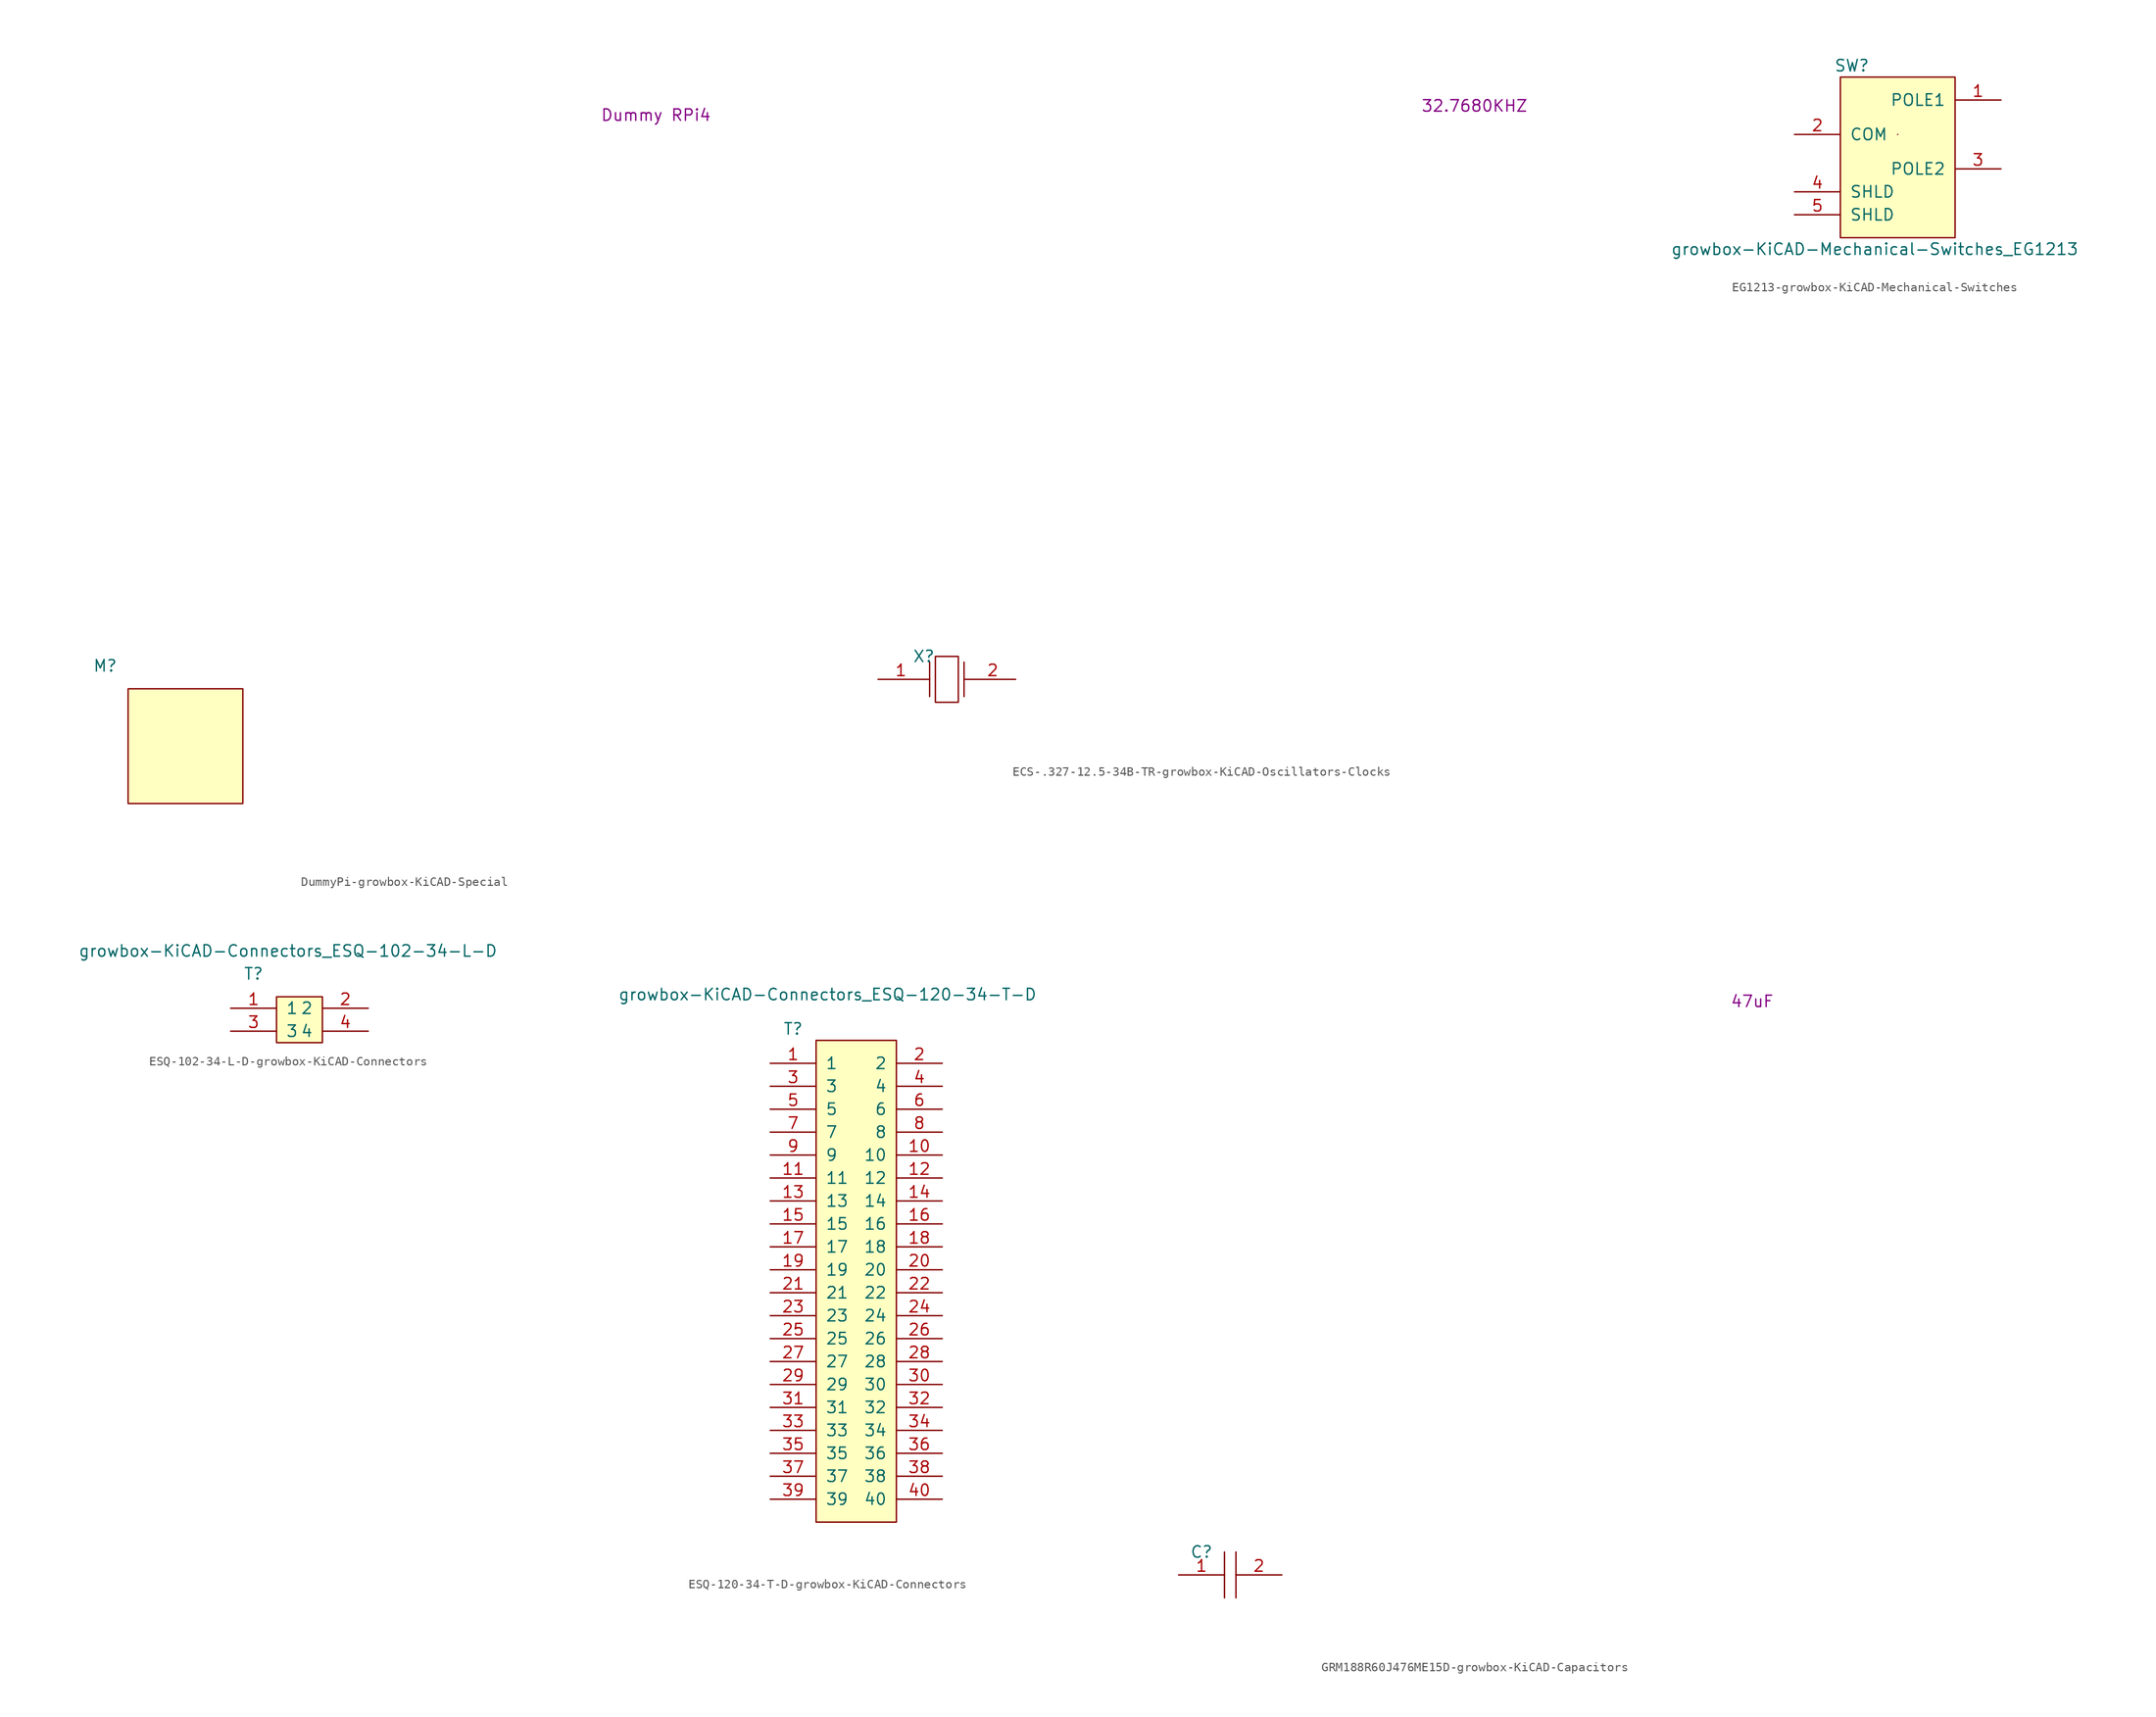
<source format=kicad_sym>
(kicad_symbol_lib
  (version 20231120)
  (generator "kicad_symbol_editor")
  (generator_version "8.0")
  (symbol "DummyPi-growbox-KiCAD-Special"
    (pin_names
      (offset 1.016))
    (property "Reference" "M"
      (at -2.54 2.54 0)
      (effects (font (size 1.27 1.27))))
    (property "_Value_" "Dummy RPi4"
      (at 58.42 63.5 0)
      (effects (font (size 1.27 1.27))))
    (symbol "DummyPi-growbox-KiCAD-Special_0_1"
      (rectangle (start 0 0) (end 12.7 -12.7) (stroke (width 0) (type solid)) (fill (type background)))))
  (symbol "ECS-.327-12.5-34B-TR-growbox-KiCAD-Oscillators-Clocks"
    (pin_names
      (offset 1.016))
    (property "Reference" "X"
      (at -2.54 2.54 0)
      (effects (font (size 1.27 1.27))))
    (property "_Value_" "32.7680KHZ"
      (at 58.42 63.5 0)
      (effects (font (size 1.27 1.27))))
    (symbol "ECS-.327-12.5-34B-TR-growbox-KiCAD-Oscillators-Clocks_1_1"
      (rectangle (start -1.27 2.54) (end 1.27 -2.54) (stroke (width 0) (type solid)) (fill (type none)))
      (polyline (pts (xy -1.905 0) (xy -2.54 0)) (stroke (width 0) (type solid)) (fill (type none)))
      (polyline (pts (xy -1.905 1.905) (xy -1.905 -1.905)) (stroke (width 0) (type solid)) (fill (type none)))
      (polyline (pts (xy 1.905 1.905) (xy 1.905 -1.905)) (stroke (width 0) (type solid)) (fill (type none)))
      (polyline (pts (xy 2.54 0) (xy 1.905 0)) (stroke (width 0) (type solid)) (fill (type none)))
      (pin passive line (at -7.62 0 0) (length 5.08) (name "~" (effects (font (size 1.27 1.27)))) (number "1" (effects (font (size 1.27 1.27)))))
      (pin passive line (at 7.62 0 180) (length 5.08) (name "~" (effects (font (size 1.27 1.27)))) (number "2" (effects (font (size 1.27 1.27)))))))
  (symbol "EG1213-growbox-KiCAD-Mechanical-Switches"
    (pin_names
      (offset 1.016))
    (property "Reference" "SW"
      (at 1.27 1.27 0)
      (effects (font (size 1.27 1.27))))
    (property "Value" "growbox-KiCAD-Mechanical-Switches_EG1213"
      (at 3.81 -19.05 0)
      (effects (font (size 1.27 1.27))))
    (symbol "EG1213-growbox-KiCAD-Mechanical-Switches_0_1"
      (polyline (pts (xy 6.35 -6.35) (xy 6.35 -6.35)) (stroke (width 0) (type solid)) (fill (type none)))
      (rectangle (start 0 0) (end 12.7 -17.78) (stroke (width 0) (type solid)) (fill (type background))))
    (symbol "EG1213-growbox-KiCAD-Mechanical-Switches_1_1"
      (pin passive line (at 17.78 -2.54 180) (length 5.08) (name "POLE1" (effects (font (size 1.27 1.27)))) (number "1" (effects (font (size 1.27 1.27)))))
      (pin passive line (at -5.08 -6.35 0) (length 5.08) (name "COM" (effects (font (size 1.27 1.27)))) (number "2" (effects (font (size 1.27 1.27)))))
      (pin passive line (at 17.78 -10.16 180) (length 5.08) (name "POLE2" (effects (font (size 1.27 1.27)))) (number "3" (effects (font (size 1.27 1.27)))))
      (pin passive line (at -5.08 -12.7 0) (length 5.08) (name "SHLD" (effects (font (size 1.27 1.27)))) (number "4" (effects (font (size 1.27 1.27)))))
      (pin passive line (at -5.08 -15.24 0) (length 5.08) (name "SHLD" (effects (font (size 1.27 1.27)))) (number "5" (effects (font (size 1.27 1.27)))))))
  (symbol "ESQ-102-34-L-D-growbox-KiCAD-Connectors"
    (pin_names
      (offset 1.016))
    (property "Reference" "T"
      (at -2.54 2.54 0)
      (effects (font (size 1.27 1.27))))
    (property "Value" "growbox-KiCAD-Connectors_ESQ-102-34-L-D"
      (at 1.27 5.08 0)
      (effects (font (size 1.27 1.27))))
    (symbol "ESQ-102-34-L-D-growbox-KiCAD-Connectors_0_1"
      (rectangle (start 0 0) (end 5.08 -5.08) (stroke (width 0) (type solid)) (fill (type background))))
    (symbol "ESQ-102-34-L-D-growbox-KiCAD-Connectors_1_1"
      (pin passive line (at -5.08 -1.27 0) (length 5.08) (name "1" (effects (font (size 1.27 1.27)))) (number "1" (effects (font (size 1.27 1.27)))))
      (pin passive line (at 10.16 -1.27 180) (length 5.08) (name "2" (effects (font (size 1.27 1.27)))) (number "2" (effects (font (size 1.27 1.27)))))
      (pin passive line (at -5.08 -3.81 0) (length 5.08) (name "3" (effects (font (size 1.27 1.27)))) (number "3" (effects (font (size 1.27 1.27)))))
      (pin passive line (at 10.16 -3.81 180) (length 5.08) (name "4" (effects (font (size 1.27 1.27)))) (number "4" (effects (font (size 1.27 1.27)))))))
  (symbol "ESQ-120-34-T-D-growbox-KiCAD-Connectors"
    (pin_names
      (offset 1.016))
    (property "Reference" "T"
      (at -2.54 1.27 0)
      (effects (font (size 1.27 1.27))))
    (property "Value" "growbox-KiCAD-Connectors_ESQ-120-34-T-D"
      (at 1.27 5.08 0)
      (effects (font (size 1.27 1.27))))
    (symbol "ESQ-120-34-T-D-growbox-KiCAD-Connectors_0_1"
      (rectangle (start 0 0) (end 8.89 -53.34) (stroke (width 0) (type solid)) (fill (type background))))
    (symbol "ESQ-120-34-T-D-growbox-KiCAD-Connectors_1_1"
      (pin passive line (at -5.08 -2.54 0) (length 5.08) (name "1" (effects (font (size 1.27 1.27)))) (number "1" (effects (font (size 1.27 1.27)))))
      (pin passive line (at 13.97 -12.7 180) (length 5.08) (name "10" (effects (font (size 1.27 1.27)))) (number "10" (effects (font (size 1.27 1.27)))))
      (pin passive line (at -5.08 -15.24 0) (length 5.08) (name "11" (effects (font (size 1.27 1.27)))) (number "11" (effects (font (size 1.27 1.27)))))
      (pin passive line (at 13.97 -15.24 180) (length 5.08) (name "12" (effects (font (size 1.27 1.27)))) (number "12" (effects (font (size 1.27 1.27)))))
      (pin passive line (at -5.08 -17.78 0) (length 5.08) (name "13" (effects (font (size 1.27 1.27)))) (number "13" (effects (font (size 1.27 1.27)))))
      (pin passive line (at 13.97 -17.78 180) (length 5.08) (name "14" (effects (font (size 1.27 1.27)))) (number "14" (effects (font (size 1.27 1.27)))))
      (pin passive line (at -5.08 -20.32 0) (length 5.08) (name "15" (effects (font (size 1.27 1.27)))) (number "15" (effects (font (size 1.27 1.27)))))
      (pin passive line (at 13.97 -20.32 180) (length 5.08) (name "16" (effects (font (size 1.27 1.27)))) (number "16" (effects (font (size 1.27 1.27)))))
      (pin passive line (at -5.08 -22.86 0) (length 5.08) (name "17" (effects (font (size 1.27 1.27)))) (number "17" (effects (font (size 1.27 1.27)))))
      (pin passive line (at 13.97 -22.86 180) (length 5.08) (name "18" (effects (font (size 1.27 1.27)))) (number "18" (effects (font (size 1.27 1.27)))))
      (pin passive line (at -5.08 -25.4 0) (length 5.08) (name "19" (effects (font (size 1.27 1.27)))) (number "19" (effects (font (size 1.27 1.27)))))
      (pin passive line (at 13.97 -2.54 180) (length 5.08) (name "2" (effects (font (size 1.27 1.27)))) (number "2" (effects (font (size 1.27 1.27)))))
      (pin passive line (at 13.97 -25.4 180) (length 5.08) (name "20" (effects (font (size 1.27 1.27)))) (number "20" (effects (font (size 1.27 1.27)))))
      (pin passive line (at -5.08 -27.94 0) (length 5.08) (name "21" (effects (font (size 1.27 1.27)))) (number "21" (effects (font (size 1.27 1.27)))))
      (pin passive line (at 13.97 -27.94 180) (length 5.08) (name "22" (effects (font (size 1.27 1.27)))) (number "22" (effects (font (size 1.27 1.27)))))
      (pin passive line (at -5.08 -30.48 0) (length 5.08) (name "23" (effects (font (size 1.27 1.27)))) (number "23" (effects (font (size 1.27 1.27)))))
      (pin passive line (at 13.97 -30.48 180) (length 5.08) (name "24" (effects (font (size 1.27 1.27)))) (number "24" (effects (font (size 1.27 1.27)))))
      (pin passive line (at -5.08 -33.02 0) (length 5.08) (name "25" (effects (font (size 1.27 1.27)))) (number "25" (effects (font (size 1.27 1.27)))))
      (pin passive line (at 13.97 -33.02 180) (length 5.08) (name "26" (effects (font (size 1.27 1.27)))) (number "26" (effects (font (size 1.27 1.27)))))
      (pin passive line (at -5.08 -35.56 0) (length 5.08) (name "27" (effects (font (size 1.27 1.27)))) (number "27" (effects (font (size 1.27 1.27)))))
      (pin passive line (at 13.97 -35.56 180) (length 5.08) (name "28" (effects (font (size 1.27 1.27)))) (number "28" (effects (font (size 1.27 1.27)))))
      (pin passive line (at -5.08 -38.1 0) (length 5.08) (name "29" (effects (font (size 1.27 1.27)))) (number "29" (effects (font (size 1.27 1.27)))))
      (pin passive line (at -5.08 -5.08 0) (length 5.08) (name "3" (effects (font (size 1.27 1.27)))) (number "3" (effects (font (size 1.27 1.27)))))
      (pin passive line (at 13.97 -38.1 180) (length 5.08) (name "30" (effects (font (size 1.27 1.27)))) (number "30" (effects (font (size 1.27 1.27)))))
      (pin passive line (at -5.08 -40.64 0) (length 5.08) (name "31" (effects (font (size 1.27 1.27)))) (number "31" (effects (font (size 1.27 1.27)))))
      (pin passive line (at 13.97 -40.64 180) (length 5.08) (name "32" (effects (font (size 1.27 1.27)))) (number "32" (effects (font (size 1.27 1.27)))))
      (pin passive line (at -5.08 -43.18 0) (length 5.08) (name "33" (effects (font (size 1.27 1.27)))) (number "33" (effects (font (size 1.27 1.27)))))
      (pin passive line (at 13.97 -43.18 180) (length 5.08) (name "34" (effects (font (size 1.27 1.27)))) (number "34" (effects (font (size 1.27 1.27)))))
      (pin passive line (at -5.08 -45.72 0) (length 5.08) (name "35" (effects (font (size 1.27 1.27)))) (number "35" (effects (font (size 1.27 1.27)))))
      (pin passive line (at 13.97 -45.72 180) (length 5.08) (name "36" (effects (font (size 1.27 1.27)))) (number "36" (effects (font (size 1.27 1.27)))))
      (pin passive line (at -5.08 -48.26 0) (length 5.08) (name "37" (effects (font (size 1.27 1.27)))) (number "37" (effects (font (size 1.27 1.27)))))
      (pin passive line (at 13.97 -48.26 180) (length 5.08) (name "38" (effects (font (size 1.27 1.27)))) (number "38" (effects (font (size 1.27 1.27)))))
      (pin passive line (at -5.08 -50.8 0) (length 5.08) (name "39" (effects (font (size 1.27 1.27)))) (number "39" (effects (font (size 1.27 1.27)))))
      (pin passive line (at 13.97 -5.08 180) (length 5.08) (name "4" (effects (font (size 1.27 1.27)))) (number "4" (effects (font (size 1.27 1.27)))))
      (pin passive line (at 13.97 -50.8 180) (length 5.08) (name "40" (effects (font (size 1.27 1.27)))) (number "40" (effects (font (size 1.27 1.27)))))
      (pin passive line (at -5.08 -7.62 0) (length 5.08) (name "5" (effects (font (size 1.27 1.27)))) (number "5" (effects (font (size 1.27 1.27)))))
      (pin passive line (at 13.97 -7.62 180) (length 5.08) (name "6" (effects (font (size 1.27 1.27)))) (number "6" (effects (font (size 1.27 1.27)))))
      (pin passive line (at -5.08 -10.16 0) (length 5.08) (name "7" (effects (font (size 1.27 1.27)))) (number "7" (effects (font (size 1.27 1.27)))))
      (pin passive line (at 13.97 -10.16 180) (length 5.08) (name "8" (effects (font (size 1.27 1.27)))) (number "8" (effects (font (size 1.27 1.27)))))
      (pin passive line (at -5.08 -12.7 0) (length 5.08) (name "9" (effects (font (size 1.27 1.27)))) (number "9" (effects (font (size 1.27 1.27)))))))
  (symbol "GRM188R60J476ME15D-growbox-KiCAD-Capacitors"
    (pin_names
      (offset 1.016))
    (property "Reference" "C"
      (at -2.54 2.54 0)
      (effects (font (size 1.27 1.27))))
    (property "_Value_" "47uF"
      (at 58.42 63.5 0)
      (effects (font (size 1.27 1.27))))
    (symbol "GRM188R60J476ME15D-growbox-KiCAD-Capacitors_1_1"
      (polyline (pts (xy 0 2.54) (xy 0 -2.54)) (stroke (width 0) (type solid)) (fill (type none)))
      (polyline (pts (xy 1.27 2.54) (xy 1.27 -2.54)) (stroke (width 0) (type solid)) (fill (type none)))
      (pin input line (at -5.08 0 0) (length 5.08) (name "~" (effects (font (size 1.27 1.27)))) (number "1" (effects (font (size 1.27 1.27)))))
      (pin input line (at 6.35 0 180) (length 5.08) (name "~" (effects (font (size 1.27 1.27)))) (number "2" (effects (font (size 1.27 1.27))))))))
</source>
